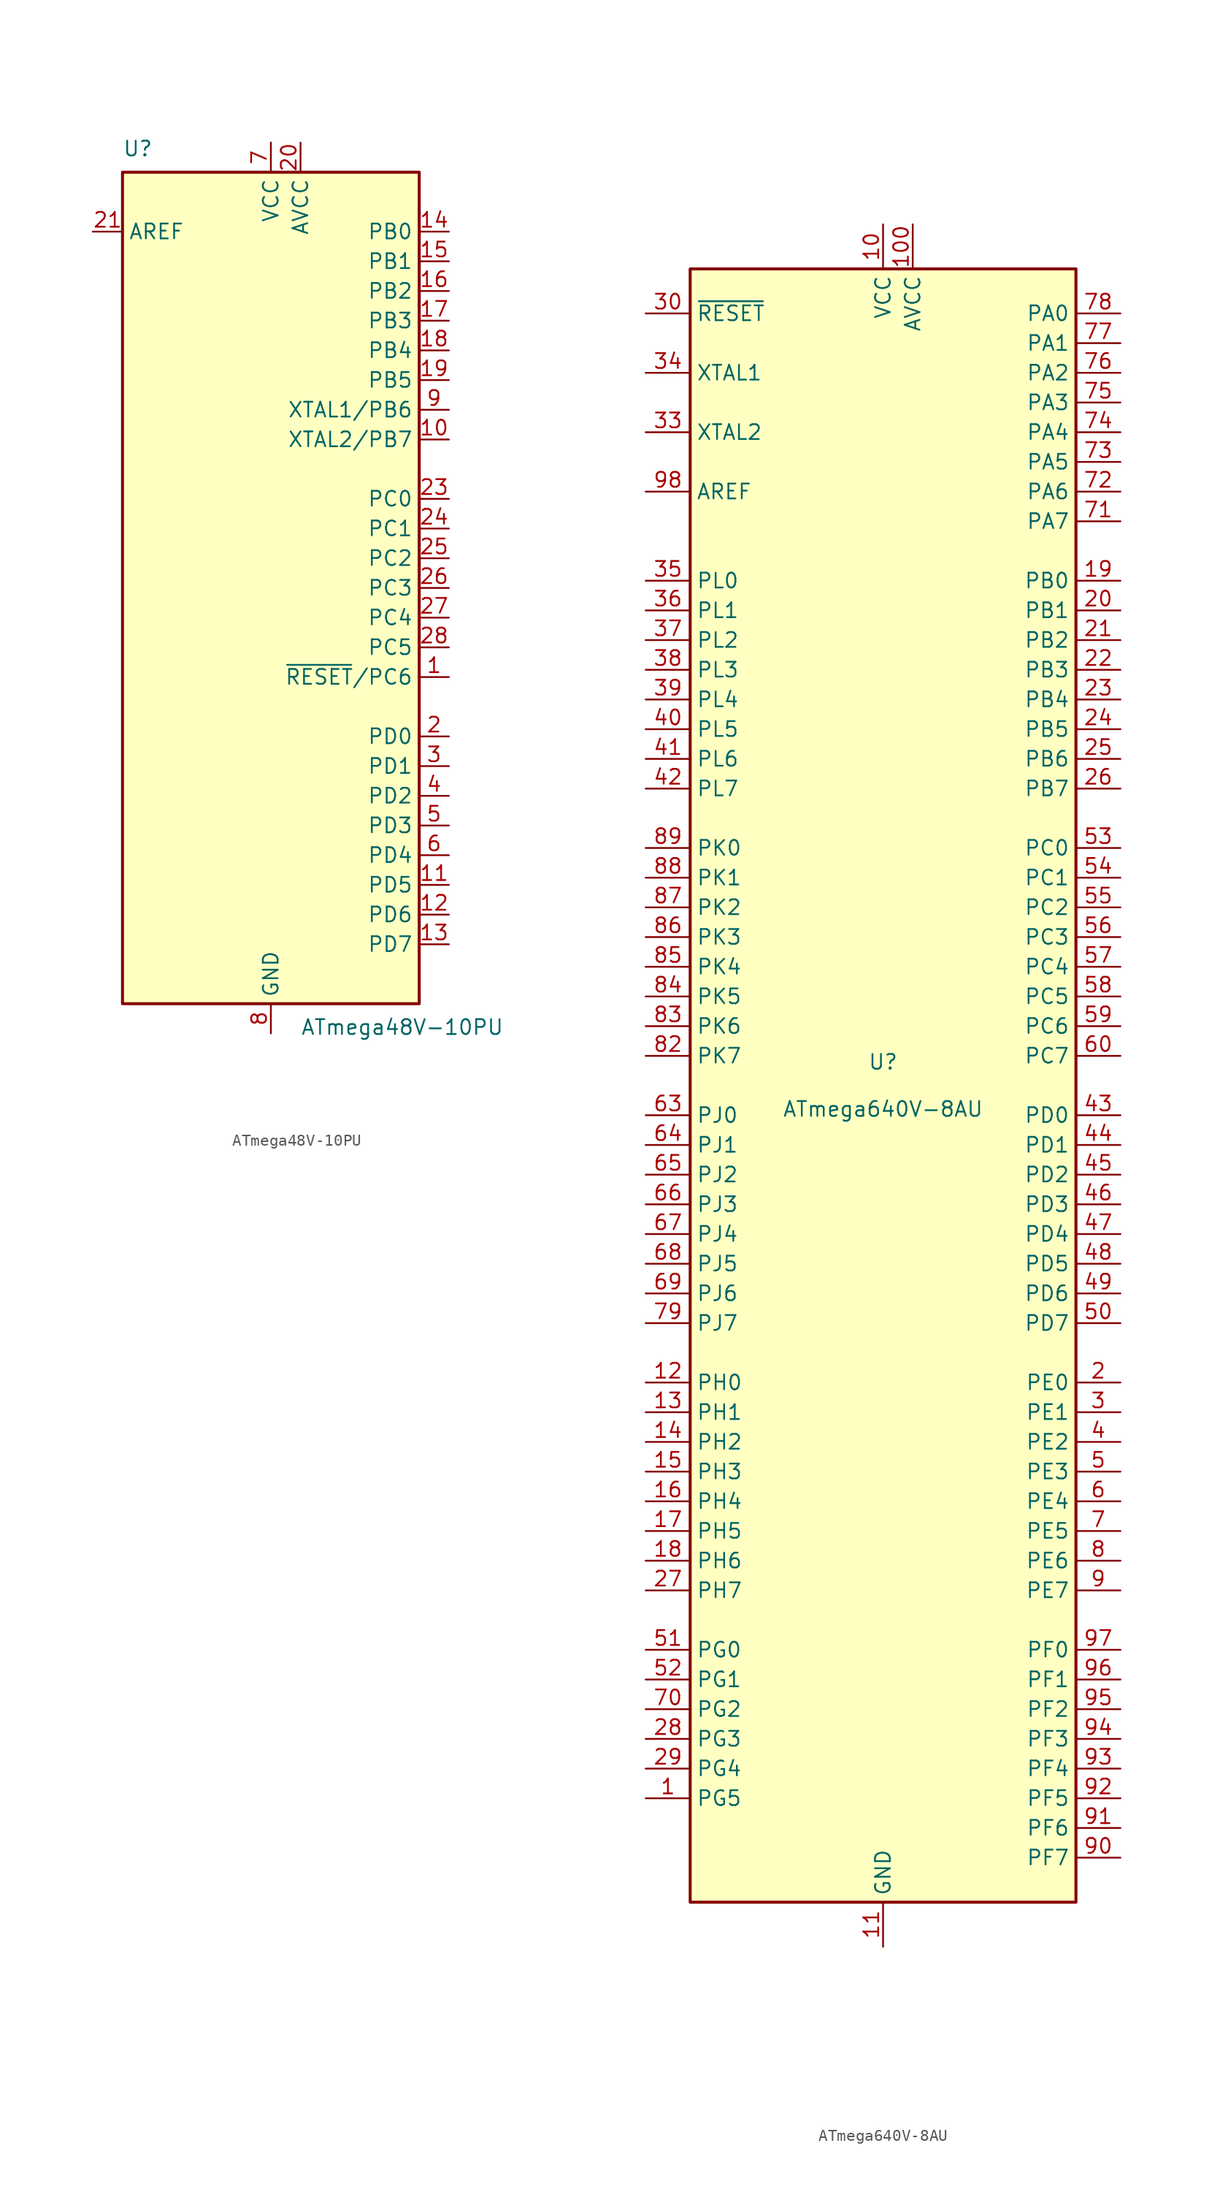
<source format=kicad_sym>
(kicad_symbol_lib
  (version 20201005)
  (generator kicad_symbol_editor)
  (symbol "ATmega48V-10PU"
    (property "Reference" "U"
      (at -12.7 36.83 0)
      (effects (font (size 1.27 1.27)) (justify left bottom)))
    (property "Value" "ATmega48V-10PU"
      (at 2.54 -36.83 0)
      (effects (font (size 1.27 1.27)) (justify left top)))
    (symbol "ATmega48V-10PU_0_1"
      (rectangle (start -12.7 -35.56) (end 12.7 35.56) (stroke (width 0.254)) (fill (type background))))
    (symbol "ATmega48V-10PU_1_1"
      (pin tri_state line (at 15.24 -7.62 180) (length 2.54) (name "~RESET~/PC6" (effects (font (size 1.27 1.27)))) (number "1" (effects (font (size 1.27 1.27)))))
      (pin tri_state line (at 15.24 12.7 180) (length 2.54) (name "XTAL2/PB7" (effects (font (size 1.27 1.27)))) (number "10" (effects (font (size 1.27 1.27)))))
      (pin tri_state line (at 15.24 -25.4 180) (length 2.54) (name "PD5" (effects (font (size 1.27 1.27)))) (number "11" (effects (font (size 1.27 1.27)))))
      (pin tri_state line (at 15.24 -27.94 180) (length 2.54) (name "PD6" (effects (font (size 1.27 1.27)))) (number "12" (effects (font (size 1.27 1.27)))))
      (pin tri_state line (at 15.24 -30.48 180) (length 2.54) (name "PD7" (effects (font (size 1.27 1.27)))) (number "13" (effects (font (size 1.27 1.27)))))
      (pin tri_state line (at 15.24 30.48 180) (length 2.54) (name "PB0" (effects (font (size 1.27 1.27)))) (number "14" (effects (font (size 1.27 1.27)))))
      (pin tri_state line (at 15.24 27.94 180) (length 2.54) (name "PB1" (effects (font (size 1.27 1.27)))) (number "15" (effects (font (size 1.27 1.27)))))
      (pin tri_state line (at 15.24 25.4 180) (length 2.54) (name "PB2" (effects (font (size 1.27 1.27)))) (number "16" (effects (font (size 1.27 1.27)))))
      (pin tri_state line (at 15.24 22.86 180) (length 2.54) (name "PB3" (effects (font (size 1.27 1.27)))) (number "17" (effects (font (size 1.27 1.27)))))
      (pin tri_state line (at 15.24 20.32 180) (length 2.54) (name "PB4" (effects (font (size 1.27 1.27)))) (number "18" (effects (font (size 1.27 1.27)))))
      (pin tri_state line (at 15.24 17.78 180) (length 2.54) (name "PB5" (effects (font (size 1.27 1.27)))) (number "19" (effects (font (size 1.27 1.27)))))
      (pin tri_state line (at 15.24 -12.7 180) (length 2.54) (name "PD0" (effects (font (size 1.27 1.27)))) (number "2" (effects (font (size 1.27 1.27)))))
      (pin power_in line (at 2.54 38.1 270) (length 2.54) (name "AVCC" (effects (font (size 1.27 1.27)))) (number "20" (effects (font (size 1.27 1.27)))))
      (pin passive line (at -15.24 30.48 0) (length 2.54) (name "AREF" (effects (font (size 1.27 1.27)))) (number "21" (effects (font (size 1.27 1.27)))))
      (pin passive line (at 0 -38.1 90) (length 2.54) hide (name "GND" (effects (font (size 1.27 1.27)))) (number "22" (effects (font (size 1.27 1.27)))))
      (pin tri_state line (at 15.24 7.62 180) (length 2.54) (name "PC0" (effects (font (size 1.27 1.27)))) (number "23" (effects (font (size 1.27 1.27)))))
      (pin tri_state line (at 15.24 5.08 180) (length 2.54) (name "PC1" (effects (font (size 1.27 1.27)))) (number "24" (effects (font (size 1.27 1.27)))))
      (pin tri_state line (at 15.24 2.54 180) (length 2.54) (name "PC2" (effects (font (size 1.27 1.27)))) (number "25" (effects (font (size 1.27 1.27)))))
      (pin tri_state line (at 15.24 0 180) (length 2.54) (name "PC3" (effects (font (size 1.27 1.27)))) (number "26" (effects (font (size 1.27 1.27)))))
      (pin tri_state line (at 15.24 -2.54 180) (length 2.54) (name "PC4" (effects (font (size 1.27 1.27)))) (number "27" (effects (font (size 1.27 1.27)))))
      (pin tri_state line (at 15.24 -5.08 180) (length 2.54) (name "PC5" (effects (font (size 1.27 1.27)))) (number "28" (effects (font (size 1.27 1.27)))))
      (pin tri_state line (at 15.24 -15.24 180) (length 2.54) (name "PD1" (effects (font (size 1.27 1.27)))) (number "3" (effects (font (size 1.27 1.27)))))
      (pin tri_state line (at 15.24 -17.78 180) (length 2.54) (name "PD2" (effects (font (size 1.27 1.27)))) (number "4" (effects (font (size 1.27 1.27)))))
      (pin tri_state line (at 15.24 -20.32 180) (length 2.54) (name "PD3" (effects (font (size 1.27 1.27)))) (number "5" (effects (font (size 1.27 1.27)))))
      (pin tri_state line (at 15.24 -22.86 180) (length 2.54) (name "PD4" (effects (font (size 1.27 1.27)))) (number "6" (effects (font (size 1.27 1.27)))))
      (pin power_in line (at 0 38.1 270) (length 2.54) (name "VCC" (effects (font (size 1.27 1.27)))) (number "7" (effects (font (size 1.27 1.27)))))
      (pin power_in line (at 0 -38.1 90) (length 2.54) (name "GND" (effects (font (size 1.27 1.27)))) (number "8" (effects (font (size 1.27 1.27)))))
      (pin tri_state line (at 15.24 15.24 180) (length 2.54) (name "XTAL1/PB6" (effects (font (size 1.27 1.27)))) (number "9" (effects (font (size 1.27 1.27)))))))
  (symbol "ATmega640V-8AU"
    (property "Reference" "U"
      (at 0 1.27 0)
      (effects (font (size 1.27 1.27)) (justify bottom)))
    (property "Value" "ATmega640V-8AU"
      (at 0 -1.27 0)
      (effects (font (size 1.27 1.27)) (justify top)))
    (symbol "ATmega640V-8AU_0_1"
      (rectangle (start -16.51 -69.85) (end 16.51 69.85) (stroke (width 0.254)) (fill (type background))))
    (symbol "ATmega640V-8AU_1_1"
      (pin tri_state line (at -20.32 -60.96 0) (length 3.81) (name "PG5" (effects (font (size 1.27 1.27)))) (number "1" (effects (font (size 1.27 1.27)))))
      (pin power_in line (at 0 73.66 270) (length 3.81) (name "VCC" (effects (font (size 1.27 1.27)))) (number "10" (effects (font (size 1.27 1.27)))))
      (pin power_in line (at 2.54 73.66 270) (length 3.81) (name "AVCC" (effects (font (size 1.27 1.27)))) (number "100" (effects (font (size 1.27 1.27)))))
      (pin power_in line (at 0 -73.66 90) (length 3.81) (name "GND" (effects (font (size 1.27 1.27)))) (number "11" (effects (font (size 1.27 1.27)))))
      (pin tri_state line (at -20.32 -25.4 0) (length 3.81) (name "PH0" (effects (font (size 1.27 1.27)))) (number "12" (effects (font (size 1.27 1.27)))))
      (pin tri_state line (at -20.32 -27.94 0) (length 3.81) (name "PH1" (effects (font (size 1.27 1.27)))) (number "13" (effects (font (size 1.27 1.27)))))
      (pin tri_state line (at -20.32 -30.48 0) (length 3.81) (name "PH2" (effects (font (size 1.27 1.27)))) (number "14" (effects (font (size 1.27 1.27)))))
      (pin tri_state line (at -20.32 -33.02 0) (length 3.81) (name "PH3" (effects (font (size 1.27 1.27)))) (number "15" (effects (font (size 1.27 1.27)))))
      (pin tri_state line (at -20.32 -35.56 0) (length 3.81) (name "PH4" (effects (font (size 1.27 1.27)))) (number "16" (effects (font (size 1.27 1.27)))))
      (pin tri_state line (at -20.32 -38.1 0) (length 3.81) (name "PH5" (effects (font (size 1.27 1.27)))) (number "17" (effects (font (size 1.27 1.27)))))
      (pin tri_state line (at -20.32 -40.64 0) (length 3.81) (name "PH6" (effects (font (size 1.27 1.27)))) (number "18" (effects (font (size 1.27 1.27)))))
      (pin tri_state line (at 20.32 43.18 180) (length 3.81) (name "PB0" (effects (font (size 1.27 1.27)))) (number "19" (effects (font (size 1.27 1.27)))))
      (pin tri_state line (at 20.32 -25.4 180) (length 3.81) (name "PE0" (effects (font (size 1.27 1.27)))) (number "2" (effects (font (size 1.27 1.27)))))
      (pin tri_state line (at 20.32 40.64 180) (length 3.81) (name "PB1" (effects (font (size 1.27 1.27)))) (number "20" (effects (font (size 1.27 1.27)))))
      (pin tri_state line (at 20.32 38.1 180) (length 3.81) (name "PB2" (effects (font (size 1.27 1.27)))) (number "21" (effects (font (size 1.27 1.27)))))
      (pin tri_state line (at 20.32 35.56 180) (length 3.81) (name "PB3" (effects (font (size 1.27 1.27)))) (number "22" (effects (font (size 1.27 1.27)))))
      (pin tri_state line (at 20.32 33.02 180) (length 3.81) (name "PB4" (effects (font (size 1.27 1.27)))) (number "23" (effects (font (size 1.27 1.27)))))
      (pin tri_state line (at 20.32 30.48 180) (length 3.81) (name "PB5" (effects (font (size 1.27 1.27)))) (number "24" (effects (font (size 1.27 1.27)))))
      (pin tri_state line (at 20.32 27.94 180) (length 3.81) (name "PB6" (effects (font (size 1.27 1.27)))) (number "25" (effects (font (size 1.27 1.27)))))
      (pin tri_state line (at 20.32 25.4 180) (length 3.81) (name "PB7" (effects (font (size 1.27 1.27)))) (number "26" (effects (font (size 1.27 1.27)))))
      (pin tri_state line (at -20.32 -43.18 0) (length 3.81) (name "PH7" (effects (font (size 1.27 1.27)))) (number "27" (effects (font (size 1.27 1.27)))))
      (pin tri_state line (at -20.32 -55.88 0) (length 3.81) (name "PG3" (effects (font (size 1.27 1.27)))) (number "28" (effects (font (size 1.27 1.27)))))
      (pin tri_state line (at -20.32 -58.42 0) (length 3.81) (name "PG4" (effects (font (size 1.27 1.27)))) (number "29" (effects (font (size 1.27 1.27)))))
      (pin tri_state line (at 20.32 -27.94 180) (length 3.81) (name "PE1" (effects (font (size 1.27 1.27)))) (number "3" (effects (font (size 1.27 1.27)))))
      (pin input line (at -20.32 66.04 0) (length 3.81) (name "~RESET" (effects (font (size 1.27 1.27)))) (number "30" (effects (font (size 1.27 1.27)))))
      (pin passive line (at 0 73.66 270) (length 3.81) hide (name "VCC" (effects (font (size 1.27 1.27)))) (number "31" (effects (font (size 1.27 1.27)))))
      (pin passive line (at 0 -73.66 90) (length 3.81) hide (name "GND" (effects (font (size 1.27 1.27)))) (number "32" (effects (font (size 1.27 1.27)))))
      (pin output line (at -20.32 55.88 0) (length 3.81) (name "XTAL2" (effects (font (size 1.27 1.27)))) (number "33" (effects (font (size 1.27 1.27)))))
      (pin input line (at -20.32 60.96 0) (length 3.81) (name "XTAL1" (effects (font (size 1.27 1.27)))) (number "34" (effects (font (size 1.27 1.27)))))
      (pin tri_state line (at -20.32 43.18 0) (length 3.81) (name "PL0" (effects (font (size 1.27 1.27)))) (number "35" (effects (font (size 1.27 1.27)))))
      (pin tri_state line (at -20.32 40.64 0) (length 3.81) (name "PL1" (effects (font (size 1.27 1.27)))) (number "36" (effects (font (size 1.27 1.27)))))
      (pin tri_state line (at -20.32 38.1 0) (length 3.81) (name "PL2" (effects (font (size 1.27 1.27)))) (number "37" (effects (font (size 1.27 1.27)))))
      (pin tri_state line (at -20.32 35.56 0) (length 3.81) (name "PL3" (effects (font (size 1.27 1.27)))) (number "38" (effects (font (size 1.27 1.27)))))
      (pin tri_state line (at -20.32 33.02 0) (length 3.81) (name "PL4" (effects (font (size 1.27 1.27)))) (number "39" (effects (font (size 1.27 1.27)))))
      (pin tri_state line (at 20.32 -30.48 180) (length 3.81) (name "PE2" (effects (font (size 1.27 1.27)))) (number "4" (effects (font (size 1.27 1.27)))))
      (pin tri_state line (at -20.32 30.48 0) (length 3.81) (name "PL5" (effects (font (size 1.27 1.27)))) (number "40" (effects (font (size 1.27 1.27)))))
      (pin tri_state line (at -20.32 27.94 0) (length 3.81) (name "PL6" (effects (font (size 1.27 1.27)))) (number "41" (effects (font (size 1.27 1.27)))))
      (pin tri_state line (at -20.32 25.4 0) (length 3.81) (name "PL7" (effects (font (size 1.27 1.27)))) (number "42" (effects (font (size 1.27 1.27)))))
      (pin tri_state line (at 20.32 -2.54 180) (length 3.81) (name "PD0" (effects (font (size 1.27 1.27)))) (number "43" (effects (font (size 1.27 1.27)))))
      (pin tri_state line (at 20.32 -5.08 180) (length 3.81) (name "PD1" (effects (font (size 1.27 1.27)))) (number "44" (effects (font (size 1.27 1.27)))))
      (pin tri_state line (at 20.32 -7.62 180) (length 3.81) (name "PD2" (effects (font (size 1.27 1.27)))) (number "45" (effects (font (size 1.27 1.27)))))
      (pin tri_state line (at 20.32 -10.16 180) (length 3.81) (name "PD3" (effects (font (size 1.27 1.27)))) (number "46" (effects (font (size 1.27 1.27)))))
      (pin tri_state line (at 20.32 -12.7 180) (length 3.81) (name "PD4" (effects (font (size 1.27 1.27)))) (number "47" (effects (font (size 1.27 1.27)))))
      (pin tri_state line (at 20.32 -15.24 180) (length 3.81) (name "PD5" (effects (font (size 1.27 1.27)))) (number "48" (effects (font (size 1.27 1.27)))))
      (pin tri_state line (at 20.32 -17.78 180) (length 3.81) (name "PD6" (effects (font (size 1.27 1.27)))) (number "49" (effects (font (size 1.27 1.27)))))
      (pin tri_state line (at 20.32 -33.02 180) (length 3.81) (name "PE3" (effects (font (size 1.27 1.27)))) (number "5" (effects (font (size 1.27 1.27)))))
      (pin tri_state line (at 20.32 -20.32 180) (length 3.81) (name "PD7" (effects (font (size 1.27 1.27)))) (number "50" (effects (font (size 1.27 1.27)))))
      (pin tri_state line (at -20.32 -48.26 0) (length 3.81) (name "PG0" (effects (font (size 1.27 1.27)))) (number "51" (effects (font (size 1.27 1.27)))))
      (pin tri_state line (at -20.32 -50.8 0) (length 3.81) (name "PG1" (effects (font (size 1.27 1.27)))) (number "52" (effects (font (size 1.27 1.27)))))
      (pin tri_state line (at 20.32 20.32 180) (length 3.81) (name "PC0" (effects (font (size 1.27 1.27)))) (number "53" (effects (font (size 1.27 1.27)))))
      (pin tri_state line (at 20.32 17.78 180) (length 3.81) (name "PC1" (effects (font (size 1.27 1.27)))) (number "54" (effects (font (size 1.27 1.27)))))
      (pin tri_state line (at 20.32 15.24 180) (length 3.81) (name "PC2" (effects (font (size 1.27 1.27)))) (number "55" (effects (font (size 1.27 1.27)))))
      (pin tri_state line (at 20.32 12.7 180) (length 3.81) (name "PC3" (effects (font (size 1.27 1.27)))) (number "56" (effects (font (size 1.27 1.27)))))
      (pin tri_state line (at 20.32 10.16 180) (length 3.81) (name "PC4" (effects (font (size 1.27 1.27)))) (number "57" (effects (font (size 1.27 1.27)))))
      (pin tri_state line (at 20.32 7.62 180) (length 3.81) (name "PC5" (effects (font (size 1.27 1.27)))) (number "58" (effects (font (size 1.27 1.27)))))
      (pin tri_state line (at 20.32 5.08 180) (length 3.81) (name "PC6" (effects (font (size 1.27 1.27)))) (number "59" (effects (font (size 1.27 1.27)))))
      (pin tri_state line (at 20.32 -35.56 180) (length 3.81) (name "PE4" (effects (font (size 1.27 1.27)))) (number "6" (effects (font (size 1.27 1.27)))))
      (pin tri_state line (at 20.32 2.54 180) (length 3.81) (name "PC7" (effects (font (size 1.27 1.27)))) (number "60" (effects (font (size 1.27 1.27)))))
      (pin passive line (at 0 73.66 270) (length 3.81) hide (name "VCC" (effects (font (size 1.27 1.27)))) (number "61" (effects (font (size 1.27 1.27)))))
      (pin passive line (at 0 -73.66 90) (length 3.81) hide (name "GND" (effects (font (size 1.27 1.27)))) (number "62" (effects (font (size 1.27 1.27)))))
      (pin tri_state line (at -20.32 -2.54 0) (length 3.81) (name "PJ0" (effects (font (size 1.27 1.27)))) (number "63" (effects (font (size 1.27 1.27)))))
      (pin tri_state line (at -20.32 -5.08 0) (length 3.81) (name "PJ1" (effects (font (size 1.27 1.27)))) (number "64" (effects (font (size 1.27 1.27)))))
      (pin tri_state line (at -20.32 -7.62 0) (length 3.81) (name "PJ2" (effects (font (size 1.27 1.27)))) (number "65" (effects (font (size 1.27 1.27)))))
      (pin tri_state line (at -20.32 -10.16 0) (length 3.81) (name "PJ3" (effects (font (size 1.27 1.27)))) (number "66" (effects (font (size 1.27 1.27)))))
      (pin tri_state line (at -20.32 -12.7 0) (length 3.81) (name "PJ4" (effects (font (size 1.27 1.27)))) (number "67" (effects (font (size 1.27 1.27)))))
      (pin tri_state line (at -20.32 -15.24 0) (length 3.81) (name "PJ5" (effects (font (size 1.27 1.27)))) (number "68" (effects (font (size 1.27 1.27)))))
      (pin tri_state line (at -20.32 -17.78 0) (length 3.81) (name "PJ6" (effects (font (size 1.27 1.27)))) (number "69" (effects (font (size 1.27 1.27)))))
      (pin tri_state line (at 20.32 -38.1 180) (length 3.81) (name "PE5" (effects (font (size 1.27 1.27)))) (number "7" (effects (font (size 1.27 1.27)))))
      (pin tri_state line (at -20.32 -53.34 0) (length 3.81) (name "PG2" (effects (font (size 1.27 1.27)))) (number "70" (effects (font (size 1.27 1.27)))))
      (pin tri_state line (at 20.32 48.26 180) (length 3.81) (name "PA7" (effects (font (size 1.27 1.27)))) (number "71" (effects (font (size 1.27 1.27)))))
      (pin tri_state line (at 20.32 50.8 180) (length 3.81) (name "PA6" (effects (font (size 1.27 1.27)))) (number "72" (effects (font (size 1.27 1.27)))))
      (pin tri_state line (at 20.32 53.34 180) (length 3.81) (name "PA5" (effects (font (size 1.27 1.27)))) (number "73" (effects (font (size 1.27 1.27)))))
      (pin tri_state line (at 20.32 55.88 180) (length 3.81) (name "PA4" (effects (font (size 1.27 1.27)))) (number "74" (effects (font (size 1.27 1.27)))))
      (pin tri_state line (at 20.32 58.42 180) (length 3.81) (name "PA3" (effects (font (size 1.27 1.27)))) (number "75" (effects (font (size 1.27 1.27)))))
      (pin tri_state line (at 20.32 60.96 180) (length 3.81) (name "PA2" (effects (font (size 1.27 1.27)))) (number "76" (effects (font (size 1.27 1.27)))))
      (pin tri_state line (at 20.32 63.5 180) (length 3.81) (name "PA1" (effects (font (size 1.27 1.27)))) (number "77" (effects (font (size 1.27 1.27)))))
      (pin tri_state line (at 20.32 66.04 180) (length 3.81) (name "PA0" (effects (font (size 1.27 1.27)))) (number "78" (effects (font (size 1.27 1.27)))))
      (pin tri_state line (at -20.32 -20.32 0) (length 3.81) (name "PJ7" (effects (font (size 1.27 1.27)))) (number "79" (effects (font (size 1.27 1.27)))))
      (pin tri_state line (at 20.32 -40.64 180) (length 3.81) (name "PE6" (effects (font (size 1.27 1.27)))) (number "8" (effects (font (size 1.27 1.27)))))
      (pin passive line (at 0 73.66 270) (length 3.81) hide (name "VCC" (effects (font (size 1.27 1.27)))) (number "80" (effects (font (size 1.27 1.27)))))
      (pin passive line (at 0 -73.66 90) (length 3.81) hide (name "GND" (effects (font (size 1.27 1.27)))) (number "81" (effects (font (size 1.27 1.27)))))
      (pin tri_state line (at -20.32 2.54 0) (length 3.81) (name "PK7" (effects (font (size 1.27 1.27)))) (number "82" (effects (font (size 1.27 1.27)))))
      (pin tri_state line (at -20.32 5.08 0) (length 3.81) (name "PK6" (effects (font (size 1.27 1.27)))) (number "83" (effects (font (size 1.27 1.27)))))
      (pin tri_state line (at -20.32 7.62 0) (length 3.81) (name "PK5" (effects (font (size 1.27 1.27)))) (number "84" (effects (font (size 1.27 1.27)))))
      (pin tri_state line (at -20.32 10.16 0) (length 3.81) (name "PK4" (effects (font (size 1.27 1.27)))) (number "85" (effects (font (size 1.27 1.27)))))
      (pin tri_state line (at -20.32 12.7 0) (length 3.81) (name "PK3" (effects (font (size 1.27 1.27)))) (number "86" (effects (font (size 1.27 1.27)))))
      (pin tri_state line (at -20.32 15.24 0) (length 3.81) (name "PK2" (effects (font (size 1.27 1.27)))) (number "87" (effects (font (size 1.27 1.27)))))
      (pin tri_state line (at -20.32 17.78 0) (length 3.81) (name "PK1" (effects (font (size 1.27 1.27)))) (number "88" (effects (font (size 1.27 1.27)))))
      (pin tri_state line (at -20.32 20.32 0) (length 3.81) (name "PK0" (effects (font (size 1.27 1.27)))) (number "89" (effects (font (size 1.27 1.27)))))
      (pin tri_state line (at 20.32 -43.18 180) (length 3.81) (name "PE7" (effects (font (size 1.27 1.27)))) (number "9" (effects (font (size 1.27 1.27)))))
      (pin tri_state line (at 20.32 -66.04 180) (length 3.81) (name "PF7" (effects (font (size 1.27 1.27)))) (number "90" (effects (font (size 1.27 1.27)))))
      (pin tri_state line (at 20.32 -63.5 180) (length 3.81) (name "PF6" (effects (font (size 1.27 1.27)))) (number "91" (effects (font (size 1.27 1.27)))))
      (pin tri_state line (at 20.32 -60.96 180) (length 3.81) (name "PF5" (effects (font (size 1.27 1.27)))) (number "92" (effects (font (size 1.27 1.27)))))
      (pin tri_state line (at 20.32 -58.42 180) (length 3.81) (name "PF4" (effects (font (size 1.27 1.27)))) (number "93" (effects (font (size 1.27 1.27)))))
      (pin tri_state line (at 20.32 -55.88 180) (length 3.81) (name "PF3" (effects (font (size 1.27 1.27)))) (number "94" (effects (font (size 1.27 1.27)))))
      (pin tri_state line (at 20.32 -53.34 180) (length 3.81) (name "PF2" (effects (font (size 1.27 1.27)))) (number "95" (effects (font (size 1.27 1.27)))))
      (pin tri_state line (at 20.32 -50.8 180) (length 3.81) (name "PF1" (effects (font (size 1.27 1.27)))) (number "96" (effects (font (size 1.27 1.27)))))
      (pin tri_state line (at 20.32 -48.26 180) (length 3.81) (name "PF0" (effects (font (size 1.27 1.27)))) (number "97" (effects (font (size 1.27 1.27)))))
      (pin passive line (at -20.32 50.8 0) (length 3.81) (name "AREF" (effects (font (size 1.27 1.27)))) (number "98" (effects (font (size 1.27 1.27)))))
      (pin passive line (at 0 -73.66 90) (length 3.81) hide (name "GND" (effects (font (size 1.27 1.27)))) (number "99" (effects (font (size 1.27 1.27))))))))
</source>
